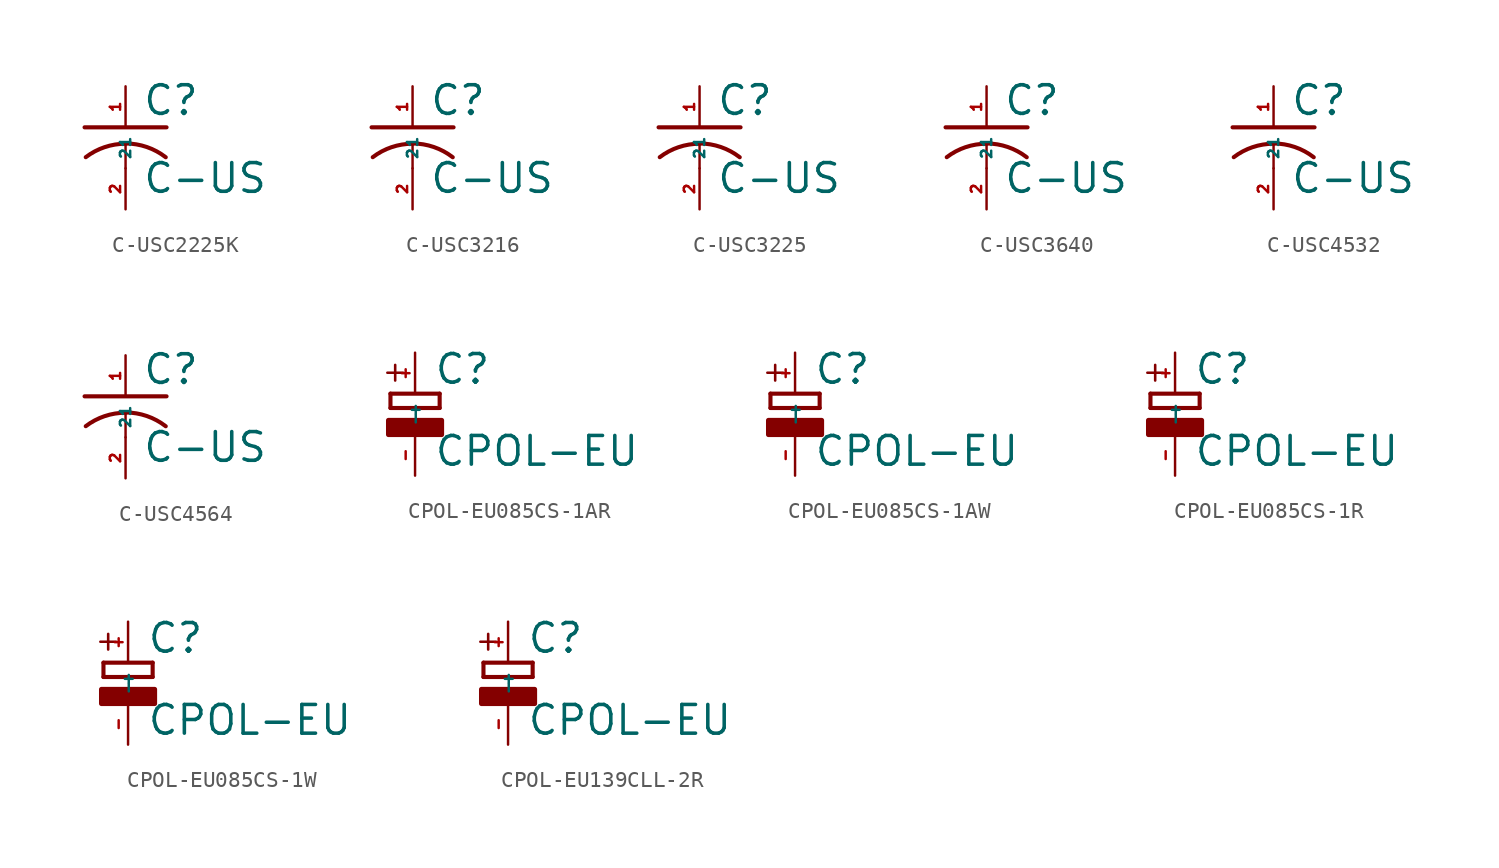
<source format=kicad_sym>
(kicad_symbol_lib
  (version 20220914)
  (generator Eagle2Kicad)
  (symbol "C-USC2225K"
    (property "Reference" "C"
      (at 1.016 0.635 0)
      (effects (font (size 1.778 1.778) (thickness 0.22)) (justify left bottom)))
    (property "Value" "C-US"
      (at 1.016 -4.191 0)
      (effects (font (size 1.778 1.778) (thickness 0.22)) (justify left bottom)))
    (polyline
      (pts (xy -2.54 0) (xy 2.54 0))
      (stroke (width 0.254) (type default))
      (fill (type none)))
    (polyline
      (pts (xy 0 -1.016) (xy 0 -2.54))
      (stroke (width 0.152) (type default))
      (fill (type none)))
    (arc
      (start 2.4892 -1.8542)
      (mid 1.316 -1.220)
      (end 0 -1)
      (stroke (width 0.254) (type default))
      (fill (type none)))
    (arc
      (start 0 -1.0161)
      (mid -1.302 -1.230)
      (end -2.4668 -1.8504)
      (stroke (width 0.254) (type default))
      (fill (type none)))
    (pin passive line
      (at 0 2.54 270)
      (length 2.54)
      (name "1" (effects (font (size 0.635 0.635) (thickness 0.08)) (justify left bottom)))
      (number "1" (effects (font (size 0.635 0.635) (thickness 0.08)) (justify left bottom))))
    (pin passive line
      (at 0 -5.08 90)
      (length 2.54)
      (name "2" (effects (font (size 0.635 0.635) (thickness 0.08)) (justify left bottom)))
      (number "2" (effects (font (size 0.635 0.635) (thickness 0.08)) (justify left bottom)))))
  (symbol "C-USC3216"
    (property "Reference" "C"
      (at 1.016 0.635 0)
      (effects (font (size 1.778 1.778) (thickness 0.22)) (justify left bottom)))
    (property "Value" "C-US"
      (at 1.016 -4.191 0)
      (effects (font (size 1.778 1.778) (thickness 0.22)) (justify left bottom)))
    (polyline
      (pts (xy -2.54 0) (xy 2.54 0))
      (stroke (width 0.254) (type default))
      (fill (type none)))
    (polyline
      (pts (xy 0 -1.016) (xy 0 -2.54))
      (stroke (width 0.152) (type default))
      (fill (type none)))
    (arc
      (start 2.4892 -1.8542)
      (mid 1.316 -1.220)
      (end 0 -1)
      (stroke (width 0.254) (type default))
      (fill (type none)))
    (arc
      (start 0 -1.0161)
      (mid -1.302 -1.230)
      (end -2.4668 -1.8504)
      (stroke (width 0.254) (type default))
      (fill (type none)))
    (pin passive line
      (at 0 2.54 270)
      (length 2.54)
      (name "1" (effects (font (size 0.635 0.635) (thickness 0.08)) (justify left bottom)))
      (number "1" (effects (font (size 0.635 0.635) (thickness 0.08)) (justify left bottom))))
    (pin passive line
      (at 0 -5.08 90)
      (length 2.54)
      (name "2" (effects (font (size 0.635 0.635) (thickness 0.08)) (justify left bottom)))
      (number "2" (effects (font (size 0.635 0.635) (thickness 0.08)) (justify left bottom)))))
  (symbol "C-USC3225"
    (property "Reference" "C"
      (at 1.016 0.635 0)
      (effects (font (size 1.778 1.778) (thickness 0.22)) (justify left bottom)))
    (property "Value" "C-US"
      (at 1.016 -4.191 0)
      (effects (font (size 1.778 1.778) (thickness 0.22)) (justify left bottom)))
    (polyline
      (pts (xy -2.54 0) (xy 2.54 0))
      (stroke (width 0.254) (type default))
      (fill (type none)))
    (polyline
      (pts (xy 0 -1.016) (xy 0 -2.54))
      (stroke (width 0.152) (type default))
      (fill (type none)))
    (arc
      (start 2.4892 -1.8542)
      (mid 1.316 -1.220)
      (end 0 -1)
      (stroke (width 0.254) (type default))
      (fill (type none)))
    (arc
      (start 0 -1.0161)
      (mid -1.302 -1.230)
      (end -2.4668 -1.8504)
      (stroke (width 0.254) (type default))
      (fill (type none)))
    (pin passive line
      (at 0 2.54 270)
      (length 2.54)
      (name "1" (effects (font (size 0.635 0.635) (thickness 0.08)) (justify left bottom)))
      (number "1" (effects (font (size 0.635 0.635) (thickness 0.08)) (justify left bottom))))
    (pin passive line
      (at 0 -5.08 90)
      (length 2.54)
      (name "2" (effects (font (size 0.635 0.635) (thickness 0.08)) (justify left bottom)))
      (number "2" (effects (font (size 0.635 0.635) (thickness 0.08)) (justify left bottom)))))
  (symbol "C-USC3640"
    (property "Reference" "C"
      (at 1.016 0.635 0)
      (effects (font (size 1.778 1.778) (thickness 0.22)) (justify left bottom)))
    (property "Value" "C-US"
      (at 1.016 -4.191 0)
      (effects (font (size 1.778 1.778) (thickness 0.22)) (justify left bottom)))
    (polyline
      (pts (xy -2.54 0) (xy 2.54 0))
      (stroke (width 0.254) (type default))
      (fill (type none)))
    (polyline
      (pts (xy 0 -1.016) (xy 0 -2.54))
      (stroke (width 0.152) (type default))
      (fill (type none)))
    (arc
      (start 2.4892 -1.8542)
      (mid 1.316 -1.220)
      (end 0 -1)
      (stroke (width 0.254) (type default))
      (fill (type none)))
    (arc
      (start 0 -1.0161)
      (mid -1.302 -1.230)
      (end -2.4668 -1.8504)
      (stroke (width 0.254) (type default))
      (fill (type none)))
    (pin passive line
      (at 0 2.54 270)
      (length 2.54)
      (name "1" (effects (font (size 0.635 0.635) (thickness 0.08)) (justify left bottom)))
      (number "1" (effects (font (size 0.635 0.635) (thickness 0.08)) (justify left bottom))))
    (pin passive line
      (at 0 -5.08 90)
      (length 2.54)
      (name "2" (effects (font (size 0.635 0.635) (thickness 0.08)) (justify left bottom)))
      (number "2" (effects (font (size 0.635 0.635) (thickness 0.08)) (justify left bottom)))))
  (symbol "C-USC4532"
    (property "Reference" "C"
      (at 1.016 0.635 0)
      (effects (font (size 1.778 1.778) (thickness 0.22)) (justify left bottom)))
    (property "Value" "C-US"
      (at 1.016 -4.191 0)
      (effects (font (size 1.778 1.778) (thickness 0.22)) (justify left bottom)))
    (polyline
      (pts (xy -2.54 0) (xy 2.54 0))
      (stroke (width 0.254) (type default))
      (fill (type none)))
    (polyline
      (pts (xy 0 -1.016) (xy 0 -2.54))
      (stroke (width 0.152) (type default))
      (fill (type none)))
    (arc
      (start 2.4892 -1.8542)
      (mid 1.316 -1.220)
      (end 0 -1)
      (stroke (width 0.254) (type default))
      (fill (type none)))
    (arc
      (start 0 -1.0161)
      (mid -1.302 -1.230)
      (end -2.4668 -1.8504)
      (stroke (width 0.254) (type default))
      (fill (type none)))
    (pin passive line
      (at 0 2.54 270)
      (length 2.54)
      (name "1" (effects (font (size 0.635 0.635) (thickness 0.08)) (justify left bottom)))
      (number "1" (effects (font (size 0.635 0.635) (thickness 0.08)) (justify left bottom))))
    (pin passive line
      (at 0 -5.08 90)
      (length 2.54)
      (name "2" (effects (font (size 0.635 0.635) (thickness 0.08)) (justify left bottom)))
      (number "2" (effects (font (size 0.635 0.635) (thickness 0.08)) (justify left bottom)))))
  (symbol "C-USC4564"
    (property "Reference" "C"
      (at 1.016 0.635 0)
      (effects (font (size 1.778 1.778) (thickness 0.22)) (justify left bottom)))
    (property "Value" "C-US"
      (at 1.016 -4.191 0)
      (effects (font (size 1.778 1.778) (thickness 0.22)) (justify left bottom)))
    (polyline
      (pts (xy -2.54 0) (xy 2.54 0))
      (stroke (width 0.254) (type default))
      (fill (type none)))
    (polyline
      (pts (xy 0 -1.016) (xy 0 -2.54))
      (stroke (width 0.152) (type default))
      (fill (type none)))
    (arc
      (start 2.4892 -1.8542)
      (mid 1.316 -1.220)
      (end 0 -1)
      (stroke (width 0.254) (type default))
      (fill (type none)))
    (arc
      (start 0 -1.0161)
      (mid -1.302 -1.230)
      (end -2.4668 -1.8504)
      (stroke (width 0.254) (type default))
      (fill (type none)))
    (pin passive line
      (at 0 2.54 270)
      (length 2.54)
      (name "1" (effects (font (size 0.635 0.635) (thickness 0.08)) (justify left bottom)))
      (number "1" (effects (font (size 0.635 0.635) (thickness 0.08)) (justify left bottom))))
    (pin passive line
      (at 0 -5.08 90)
      (length 2.54)
      (name "2" (effects (font (size 0.635 0.635) (thickness 0.08)) (justify left bottom)))
      (number "2" (effects (font (size 0.635 0.635) (thickness 0.08)) (justify left bottom)))))
  (symbol "CPOL-EU085CS-1AR"
    (property "Reference" "C"
      (at 1.143 0.483 0)
      (effects (font (size 1.778 1.778) (thickness 0.22)) (justify left bottom)))
    (property "Value" "CPOL-EU"
      (at 1.143 -4.597 0)
      (effects (font (size 1.778 1.778) (thickness 0.22)) (justify left bottom)))
    (polyline
      (pts (xy -1.524 -0.889) (xy 1.524 -0.889))
      (stroke (width 0.254) (type default))
      (fill (type none)))
    (polyline
      (pts (xy 1.524 -0.889) (xy 1.524 0))
      (stroke (width 0.254) (type default))
      (fill (type none)))
    (polyline
      (pts (xy -1.524 0) (xy -1.524 -0.889))
      (stroke (width 0.254) (type default))
      (fill (type none)))
    (polyline
      (pts (xy -1.524 0) (xy 1.524 0))
      (stroke (width 0.254) (type default))
      (fill (type none)))
    (text "+"
      (at -0.584 0.406 900)
      (effects (font (size 1.27 1.27) (thickness 0.16)) (justify left bottom)))
    (rectangle
      (start -1.651 -2.54)
      (end 1.651 -1.651)
      (stroke (width 0.3) (type default))
      (fill (type outline)))
    (pin passive line
      (at 0 -5.08 90)
      (length 2.54)
      (name "-" (effects (font (size 0.635 0.635) (thickness 0.08)) (justify left bottom)))
      (number "-" (effects (font (size 0.635 0.635) (thickness 0.08)) (justify left bottom))))
    (pin passive line
      (at 0 2.54 270)
      (length 2.54)
      (name "+" (effects (font (size 0.635 0.635) (thickness 0.08)) (justify left bottom)))
      (number "+" (effects (font (size 0.635 0.635) (thickness 0.08)) (justify left bottom)))))
  (symbol "CPOL-EU085CS-1AW"
    (property "Reference" "C"
      (at 1.143 0.483 0)
      (effects (font (size 1.778 1.778) (thickness 0.22)) (justify left bottom)))
    (property "Value" "CPOL-EU"
      (at 1.143 -4.597 0)
      (effects (font (size 1.778 1.778) (thickness 0.22)) (justify left bottom)))
    (polyline
      (pts (xy -1.524 -0.889) (xy 1.524 -0.889))
      (stroke (width 0.254) (type default))
      (fill (type none)))
    (polyline
      (pts (xy 1.524 -0.889) (xy 1.524 0))
      (stroke (width 0.254) (type default))
      (fill (type none)))
    (polyline
      (pts (xy -1.524 0) (xy -1.524 -0.889))
      (stroke (width 0.254) (type default))
      (fill (type none)))
    (polyline
      (pts (xy -1.524 0) (xy 1.524 0))
      (stroke (width 0.254) (type default))
      (fill (type none)))
    (text "+"
      (at -0.584 0.406 900)
      (effects (font (size 1.27 1.27) (thickness 0.16)) (justify left bottom)))
    (rectangle
      (start -1.651 -2.54)
      (end 1.651 -1.651)
      (stroke (width 0.3) (type default))
      (fill (type outline)))
    (pin passive line
      (at 0 -5.08 90)
      (length 2.54)
      (name "-" (effects (font (size 0.635 0.635) (thickness 0.08)) (justify left bottom)))
      (number "-" (effects (font (size 0.635 0.635) (thickness 0.08)) (justify left bottom))))
    (pin passive line
      (at 0 2.54 270)
      (length 2.54)
      (name "+" (effects (font (size 0.635 0.635) (thickness 0.08)) (justify left bottom)))
      (number "+" (effects (font (size 0.635 0.635) (thickness 0.08)) (justify left bottom)))))
  (symbol "CPOL-EU085CS-1R"
    (property "Reference" "C"
      (at 1.143 0.483 0)
      (effects (font (size 1.778 1.778) (thickness 0.22)) (justify left bottom)))
    (property "Value" "CPOL-EU"
      (at 1.143 -4.597 0)
      (effects (font (size 1.778 1.778) (thickness 0.22)) (justify left bottom)))
    (polyline
      (pts (xy -1.524 -0.889) (xy 1.524 -0.889))
      (stroke (width 0.254) (type default))
      (fill (type none)))
    (polyline
      (pts (xy 1.524 -0.889) (xy 1.524 0))
      (stroke (width 0.254) (type default))
      (fill (type none)))
    (polyline
      (pts (xy -1.524 0) (xy -1.524 -0.889))
      (stroke (width 0.254) (type default))
      (fill (type none)))
    (polyline
      (pts (xy -1.524 0) (xy 1.524 0))
      (stroke (width 0.254) (type default))
      (fill (type none)))
    (text "+"
      (at -0.584 0.406 900)
      (effects (font (size 1.27 1.27) (thickness 0.16)) (justify left bottom)))
    (rectangle
      (start -1.651 -2.54)
      (end 1.651 -1.651)
      (stroke (width 0.3) (type default))
      (fill (type outline)))
    (pin passive line
      (at 0 -5.08 90)
      (length 2.54)
      (name "-" (effects (font (size 0.635 0.635) (thickness 0.08)) (justify left bottom)))
      (number "-" (effects (font (size 0.635 0.635) (thickness 0.08)) (justify left bottom))))
    (pin passive line
      (at 0 2.54 270)
      (length 2.54)
      (name "+" (effects (font (size 0.635 0.635) (thickness 0.08)) (justify left bottom)))
      (number "+" (effects (font (size 0.635 0.635) (thickness 0.08)) (justify left bottom)))))
  (symbol "CPOL-EU085CS-1W"
    (property "Reference" "C"
      (at 1.143 0.483 0)
      (effects (font (size 1.778 1.778) (thickness 0.22)) (justify left bottom)))
    (property "Value" "CPOL-EU"
      (at 1.143 -4.597 0)
      (effects (font (size 1.778 1.778) (thickness 0.22)) (justify left bottom)))
    (polyline
      (pts (xy -1.524 -0.889) (xy 1.524 -0.889))
      (stroke (width 0.254) (type default))
      (fill (type none)))
    (polyline
      (pts (xy 1.524 -0.889) (xy 1.524 0))
      (stroke (width 0.254) (type default))
      (fill (type none)))
    (polyline
      (pts (xy -1.524 0) (xy -1.524 -0.889))
      (stroke (width 0.254) (type default))
      (fill (type none)))
    (polyline
      (pts (xy -1.524 0) (xy 1.524 0))
      (stroke (width 0.254) (type default))
      (fill (type none)))
    (text "+"
      (at -0.584 0.406 900)
      (effects (font (size 1.27 1.27) (thickness 0.16)) (justify left bottom)))
    (rectangle
      (start -1.651 -2.54)
      (end 1.651 -1.651)
      (stroke (width 0.3) (type default))
      (fill (type outline)))
    (pin passive line
      (at 0 -5.08 90)
      (length 2.54)
      (name "-" (effects (font (size 0.635 0.635) (thickness 0.08)) (justify left bottom)))
      (number "-" (effects (font (size 0.635 0.635) (thickness 0.08)) (justify left bottom))))
    (pin passive line
      (at 0 2.54 270)
      (length 2.54)
      (name "+" (effects (font (size 0.635 0.635) (thickness 0.08)) (justify left bottom)))
      (number "+" (effects (font (size 0.635 0.635) (thickness 0.08)) (justify left bottom)))))
  (symbol "CPOL-EU139CLL-2R"
    (property "Reference" "C"
      (at 1.143 0.483 0)
      (effects (font (size 1.778 1.778) (thickness 0.22)) (justify left bottom)))
    (property "Value" "CPOL-EU"
      (at 1.143 -4.597 0)
      (effects (font (size 1.778 1.778) (thickness 0.22)) (justify left bottom)))
    (polyline
      (pts (xy -1.524 -0.889) (xy 1.524 -0.889))
      (stroke (width 0.254) (type default))
      (fill (type none)))
    (polyline
      (pts (xy 1.524 -0.889) (xy 1.524 0))
      (stroke (width 0.254) (type default))
      (fill (type none)))
    (polyline
      (pts (xy -1.524 0) (xy -1.524 -0.889))
      (stroke (width 0.254) (type default))
      (fill (type none)))
    (polyline
      (pts (xy -1.524 0) (xy 1.524 0))
      (stroke (width 0.254) (type default))
      (fill (type none)))
    (text "+"
      (at -0.584 0.406 900)
      (effects (font (size 1.27 1.27) (thickness 0.16)) (justify left bottom)))
    (rectangle
      (start -1.651 -2.54)
      (end 1.651 -1.651)
      (stroke (width 0.3) (type default))
      (fill (type outline)))
    (pin passive line
      (at 0 -5.08 90)
      (length 2.54)
      (name "-" (effects (font (size 0.635 0.635) (thickness 0.08)) (justify left bottom)))
      (number "-" (effects (font (size 0.635 0.635) (thickness 0.08)) (justify left bottom))))
    (pin passive line
      (at 0 2.54 270)
      (length 2.54)
      (name "+" (effects (font (size 0.635 0.635) (thickness 0.08)) (justify left bottom)))
      (number "+" (effects (font (size 0.635 0.635) (thickness 0.08)) (justify left bottom))))))
</source>
